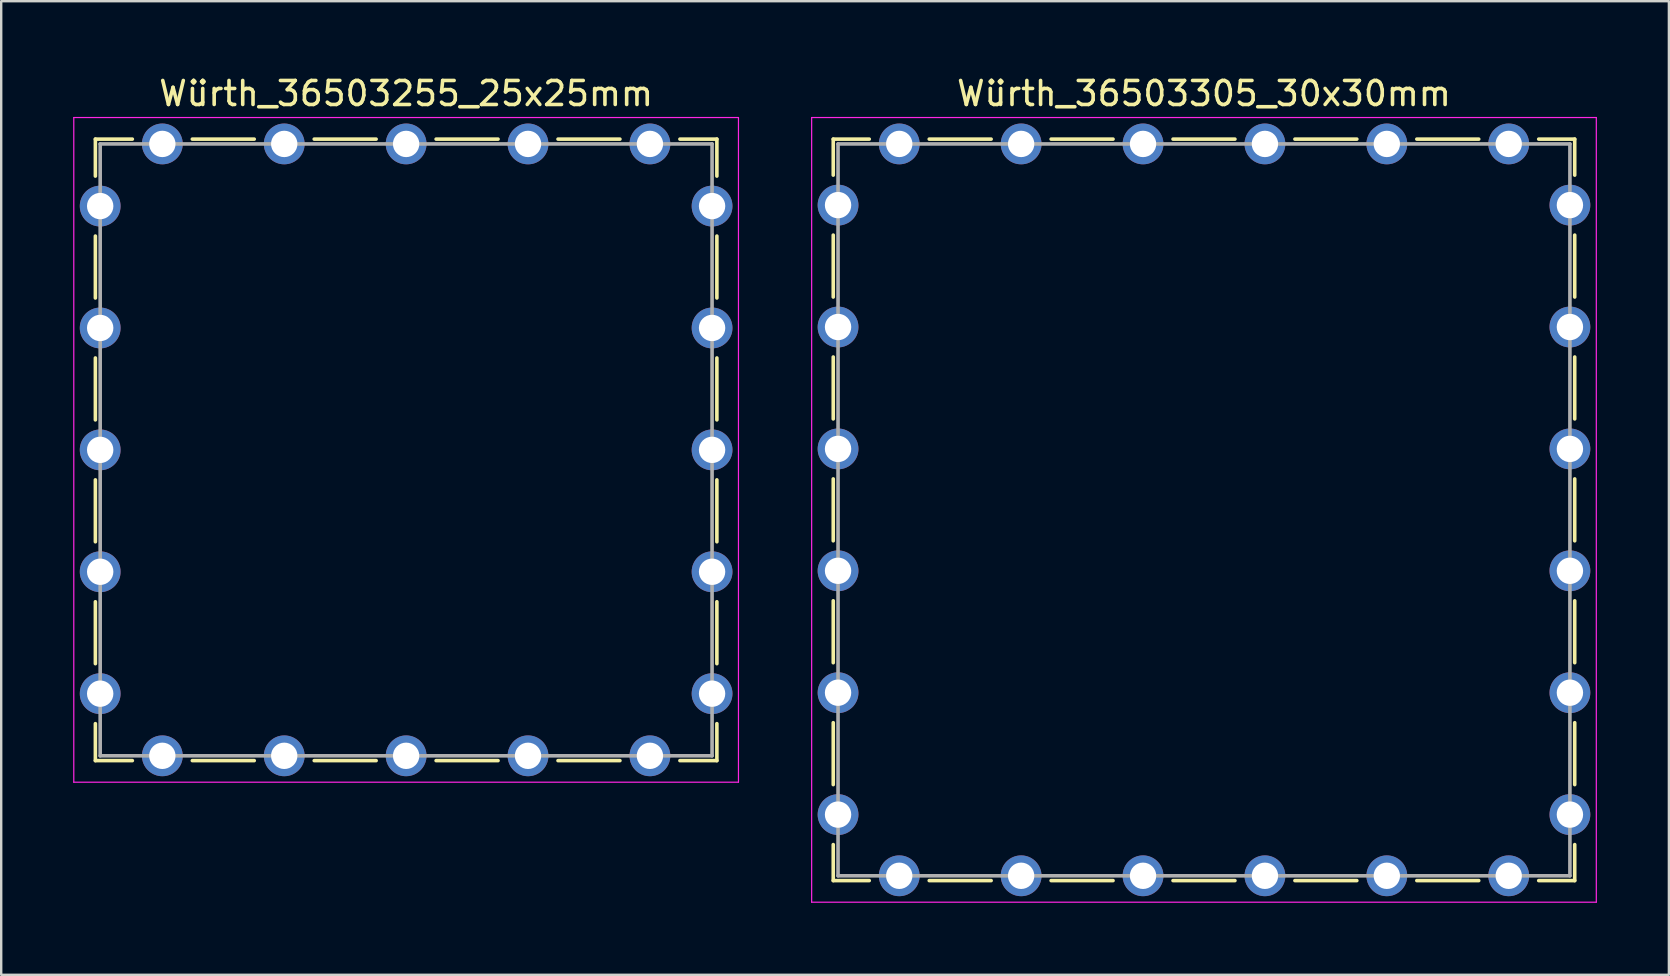
<source format=kicad_pcb>
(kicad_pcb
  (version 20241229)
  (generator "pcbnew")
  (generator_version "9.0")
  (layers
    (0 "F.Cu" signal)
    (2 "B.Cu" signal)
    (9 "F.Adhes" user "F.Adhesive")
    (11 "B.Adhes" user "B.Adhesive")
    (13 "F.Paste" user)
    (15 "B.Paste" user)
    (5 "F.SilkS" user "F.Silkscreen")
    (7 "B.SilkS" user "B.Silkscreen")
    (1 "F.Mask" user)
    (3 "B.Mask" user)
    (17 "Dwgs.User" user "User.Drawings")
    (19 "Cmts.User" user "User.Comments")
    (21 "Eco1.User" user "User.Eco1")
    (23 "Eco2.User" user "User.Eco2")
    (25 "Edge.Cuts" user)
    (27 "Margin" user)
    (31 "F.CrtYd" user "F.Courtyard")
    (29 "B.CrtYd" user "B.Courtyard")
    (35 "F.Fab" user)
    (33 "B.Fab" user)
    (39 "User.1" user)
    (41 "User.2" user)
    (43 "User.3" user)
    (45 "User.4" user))
  (footprint "Würth_36503305_30x30mm"
    (layer "F.Cu")
    (at 47.125 18.198)
    (property "Reference" "Würth_36503305_30x30mm" (at 0 -17.35 0) (layer "F.SilkS") (effects (font (size 1 1) (thickness 0.15))))
    (attr through_hole)
    (fp_line (start -15.45 -13.95) (end -15.45 -15.45) (stroke (width 0.15) (type solid)) (layer "F.SilkS"))
    (fp_line (start -15.45 -8.87) (end -15.45 -11.45) (stroke (width 0.15) (type solid)) (layer "F.SilkS"))
    (fp_line (start -15.45 -3.79) (end -15.45 -6.37) (stroke (width 0.15) (type solid)) (layer "F.SilkS"))
    (fp_line (start -15.45 -1.29) (end -15.45 1.29) (stroke (width 0.15) (type solid)) (layer "F.SilkS"))
    (fp_line (start -15.45 3.79) (end -15.45 6.37) (stroke (width 0.15) (type solid)) (layer "F.SilkS"))
    (fp_line (start -15.45 8.87) (end -15.45 11.45) (stroke (width 0.15) (type solid)) (layer "F.SilkS"))
    (fp_line (start -15.45 13.95) (end -15.45 15.45) (stroke (width 0.15) (type solid)) (layer "F.SilkS"))
    (fp_line (start -13.95 -15.45) (end -15.45 -15.45) (stroke (width 0.15) (type solid)) (layer "F.SilkS"))
    (fp_line (start -13.95 15.45) (end -15.45 15.45) (stroke (width 0.15) (type solid)) (layer "F.SilkS"))
    (fp_line (start -8.87 -15.45) (end -11.45 -15.45) (stroke (width 0.15) (type solid)) (layer "F.SilkS"))
    (fp_line (start -8.87 15.45) (end -11.45 15.45) (stroke (width 0.15) (type solid)) (layer "F.SilkS"))
    (fp_line (start -3.79 -15.45) (end -6.37 -15.45) (stroke (width 0.15) (type solid)) (layer "F.SilkS"))
    (fp_line (start -3.79 15.45) (end -6.37 15.45) (stroke (width 0.15) (type solid)) (layer "F.SilkS"))
    (fp_line (start 1.29 -15.45) (end -1.29 -15.45) (stroke (width 0.15) (type solid)) (layer "F.SilkS"))
    (fp_line (start 1.29 15.45) (end -1.29 15.45) (stroke (width 0.15) (type solid)) (layer "F.SilkS"))
    (fp_line (start 3.79 -15.45) (end 6.37 -15.45) (stroke (width 0.15) (type solid)) (layer "F.SilkS"))
    (fp_line (start 3.79 15.45) (end 6.37 15.45) (stroke (width 0.15) (type solid)) (layer "F.SilkS"))
    (fp_line (start 8.87 -15.45) (end 11.45 -15.45) (stroke (width 0.15) (type solid)) (layer "F.SilkS"))
    (fp_line (start 8.87 15.45) (end 11.45 15.45) (stroke (width 0.15) (type solid)) (layer "F.SilkS"))
    (fp_line (start 13.95 -15.45) (end 15.45 -15.45) (stroke (width 0.15) (type solid)) (layer "F.SilkS"))
    (fp_line (start 13.95 15.45) (end 15.45 15.45) (stroke (width 0.15) (type solid)) (layer "F.SilkS"))
    (fp_line (start 15.45 -13.95) (end 15.45 -15.45) (stroke (width 0.15) (type solid)) (layer "F.SilkS"))
    (fp_line (start 15.45 -8.87) (end 15.45 -11.45) (stroke (width 0.15) (type solid)) (layer "F.SilkS"))
    (fp_line (start 15.45 -3.79) (end 15.45 -6.37) (stroke (width 0.15) (type solid)) (layer "F.SilkS"))
    (fp_line (start 15.45 1.29) (end 15.45 -1.29) (stroke (width 0.15) (type solid)) (layer "F.SilkS"))
    (fp_line (start 15.45 3.79) (end 15.45 6.37) (stroke (width 0.15) (type solid)) (layer "F.SilkS"))
    (fp_line (start 15.45 8.87) (end 15.45 11.45) (stroke (width 0.15) (type solid)) (layer "F.SilkS"))
    (fp_line (start 15.45 13.95) (end 15.45 15.45) (stroke (width 0.15) (type solid)) (layer "F.SilkS"))
    (fp_line (start -16.35 -16.35) (end -16.35 16.35) (stroke (width 0.05) (type solid)) (layer "F.CrtYd"))
    (fp_line (start -16.35 16.35) (end 16.35 16.35) (stroke (width 0.05) (type solid)) (layer "F.CrtYd"))
    (fp_line (start 16.35 -16.35) (end -16.35 -16.35) (stroke (width 0.05) (type solid)) (layer "F.CrtYd"))
    (fp_line (start 16.35 16.35) (end 16.35 -16.35) (stroke (width 0.05) (type solid)) (layer "F.CrtYd"))
    (fp_line (start -15.25 -15.25) (end -15.25 15.25) (stroke (width 0.15) (type solid)) (layer "F.Fab"))
    (fp_line (start -15.25 15.25) (end 15.25 15.25) (stroke (width 0.15) (type solid)) (layer "F.Fab"))
    (fp_line (start 15.25 -15.25) (end -15.25 -15.25) (stroke (width 0.15) (type solid)) (layer "F.Fab"))
    (fp_line (start 15.25 15.25) (end 15.25 -15.25) (stroke (width 0.15) (type solid)) (layer "F.Fab"))
    (pad "1" thru_hole circle (at -15.25 -12.7) (size 1.7 1.7) (drill 1.1) (layers "*.Cu" "*.Mask"))
    (pad "1" thru_hole circle (at -15.25 -7.62) (size 1.7 1.7) (drill 1.1) (layers "*.Cu" "*.Mask"))
    (pad "1" thru_hole circle (at -15.25 -2.54) (size 1.7 1.7) (drill 1.1) (layers "*.Cu" "*.Mask"))
    (pad "1" thru_hole circle (at -15.25 2.54) (size 1.7 1.7) (drill 1.1) (layers "*.Cu" "*.Mask"))
    (pad "1" thru_hole circle (at -15.25 7.62) (size 1.7 1.7) (drill 1.1) (layers "*.Cu" "*.Mask"))
    (pad "1" thru_hole circle (at -15.25 12.7) (size 1.7 1.7) (drill 1.1) (layers "*.Cu" "*.Mask"))
    (pad "1" thru_hole circle (at -12.7 -15.25) (size 1.7 1.7) (drill 1.1) (layers "*.Cu" "*.Mask"))
    (pad "1" thru_hole circle (at -12.7 15.25) (size 1.7 1.7) (drill 1.1) (layers "*.Cu" "*.Mask"))
    (pad "1" thru_hole circle (at -7.62 -15.25) (size 1.7 1.7) (drill 1.1) (layers "*.Cu" "*.Mask"))
    (pad "1" thru_hole circle (at -7.62 15.25) (size 1.7 1.7) (drill 1.1) (layers "*.Cu" "*.Mask"))
    (pad "1" thru_hole circle (at -2.54 -15.25) (size 1.7 1.7) (drill 1.1) (layers "*.Cu" "*.Mask"))
    (pad "1" thru_hole circle (at -2.54 15.25) (size 1.7 1.7) (drill 1.1) (layers "*.Cu" "*.Mask"))
    (pad "1" thru_hole circle (at 2.54 -15.25) (size 1.7 1.7) (drill 1.1) (layers "*.Cu" "*.Mask"))
    (pad "1" thru_hole circle (at 2.54 15.25) (size 1.7 1.7) (drill 1.1) (layers "*.Cu" "*.Mask"))
    (pad "1" thru_hole circle (at 7.62 -15.25) (size 1.7 1.7) (drill 1.1) (layers "*.Cu" "*.Mask"))
    (pad "1" thru_hole circle (at 7.62 15.25) (size 1.7 1.7) (drill 1.1) (layers "*.Cu" "*.Mask"))
    (pad "1" thru_hole circle (at 12.7 -15.25) (size 1.7 1.7) (drill 1.1) (layers "*.Cu" "*.Mask"))
    (pad "1" thru_hole circle (at 12.7 15.25) (size 1.7 1.7) (drill 1.1) (layers "*.Cu" "*.Mask"))
    (pad "1" thru_hole circle (at 15.25 -12.7) (size 1.7 1.7) (drill 1.1) (layers "*.Cu" "*.Mask"))
    (pad "1" thru_hole circle (at 15.25 -7.62) (size 1.7 1.7) (drill 1.1) (layers "*.Cu" "*.Mask"))
    (pad "1" thru_hole circle (at 15.25 -2.54) (size 1.7 1.7) (drill 1.1) (layers "*.Cu" "*.Mask"))
    (pad "1" thru_hole circle (at 15.25 2.54) (size 1.7 1.7) (drill 1.1) (layers "*.Cu" "*.Mask"))
    (pad "1" thru_hole circle (at 15.25 7.62) (size 1.7 1.7) (drill 1.1) (layers "*.Cu" "*.Mask"))
    (pad "1" thru_hole circle (at 15.25 12.7) (size 1.7 1.7) (drill 1.1) (layers "*.Cu" "*.Mask")))
  (footprint "Würth_36503255_25x25mm"
    (layer "F.Cu")
    (at 13.875 15.698)
    (property "Reference" "Würth_36503255_25x25mm" (at 0 -14.85 0) (layer "F.SilkS") (effects (font (size 1 1) (thickness 0.15))))
    (attr through_hole)
    (fp_line (start -12.95 -11.41) (end -12.95 -12.95) (stroke (width 0.15) (type solid)) (layer "F.SilkS"))
    (fp_line (start -12.95 -6.33) (end -12.95 -8.91) (stroke (width 0.15) (type solid)) (layer "F.SilkS"))
    (fp_line (start -12.95 -1.25) (end -12.95 -3.83) (stroke (width 0.15) (type solid)) (layer "F.SilkS"))
    (fp_line (start -12.95 1.25) (end -12.95 3.83) (stroke (width 0.15) (type solid)) (layer "F.SilkS"))
    (fp_line (start -12.95 6.33) (end -12.95 8.91) (stroke (width 0.15) (type solid)) (layer "F.SilkS"))
    (fp_line (start -12.95 11.41) (end -12.95 12.95) (stroke (width 0.15) (type solid)) (layer "F.SilkS"))
    (fp_line (start -11.41 -12.95) (end -12.95 -12.95) (stroke (width 0.15) (type solid)) (layer "F.SilkS"))
    (fp_line (start -11.41 12.95) (end -12.95 12.95) (stroke (width 0.15) (type solid)) (layer "F.SilkS"))
    (fp_line (start -6.33 -12.95) (end -8.91 -12.95) (stroke (width 0.15) (type solid)) (layer "F.SilkS"))
    (fp_line (start -6.33 12.95) (end -8.91 12.95) (stroke (width 0.15) (type solid)) (layer "F.SilkS"))
    (fp_line (start -1.25 -12.95) (end -3.83 -12.95) (stroke (width 0.15) (type solid)) (layer "F.SilkS"))
    (fp_line (start -1.25 12.95) (end -3.83 12.95) (stroke (width 0.15) (type solid)) (layer "F.SilkS"))
    (fp_line (start 1.25 -12.95) (end 3.83 -12.95) (stroke (width 0.15) (type solid)) (layer "F.SilkS"))
    (fp_line (start 1.25 12.95) (end 3.83 12.95) (stroke (width 0.15) (type solid)) (layer "F.SilkS"))
    (fp_line (start 6.33 -12.95) (end 8.91 -12.95) (stroke (width 0.15) (type solid)) (layer "F.SilkS"))
    (fp_line (start 6.33 12.95) (end 8.91 12.95) (stroke (width 0.15) (type solid)) (layer "F.SilkS"))
    (fp_line (start 11.41 -12.95) (end 12.95 -12.95) (stroke (width 0.15) (type solid)) (layer "F.SilkS"))
    (fp_line (start 11.41 12.95) (end 12.95 12.95) (stroke (width 0.15) (type solid)) (layer "F.SilkS"))
    (fp_line (start 12.95 -11.41) (end 12.95 -12.95) (stroke (width 0.15) (type solid)) (layer "F.SilkS"))
    (fp_line (start 12.95 -6.33) (end 12.95 -8.91) (stroke (width 0.15) (type solid)) (layer "F.SilkS"))
    (fp_line (start 12.95 -1.25) (end 12.95 -3.83) (stroke (width 0.15) (type solid)) (layer "F.SilkS"))
    (fp_line (start 12.95 1.25) (end 12.95 3.83) (stroke (width 0.15) (type solid)) (layer "F.SilkS"))
    (fp_line (start 12.95 6.33) (end 12.95 8.91) (stroke (width 0.15) (type solid)) (layer "F.SilkS"))
    (fp_line (start 12.95 11.41) (end 12.95 12.95) (stroke (width 0.15) (type solid)) (layer "F.SilkS"))
    (fp_line (start -13.85 -13.85) (end -13.85 13.85) (stroke (width 0.05) (type solid)) (layer "F.CrtYd"))
    (fp_line (start -13.85 13.85) (end 13.85 13.85) (stroke (width 0.05) (type solid)) (layer "F.CrtYd"))
    (fp_line (start 13.85 -13.85) (end -13.85 -13.85) (stroke (width 0.05) (type solid)) (layer "F.CrtYd"))
    (fp_line (start 13.85 13.85) (end 13.85 -13.85) (stroke (width 0.05) (type solid)) (layer "F.CrtYd"))
    (fp_line (start -12.75 -12.75) (end -12.75 12.75) (stroke (width 0.15) (type solid)) (layer "F.Fab"))
    (fp_line (start -12.75 12.75) (end 12.75 12.75) (stroke (width 0.15) (type solid)) (layer "F.Fab"))
    (fp_line (start 12.75 -12.75) (end -12.75 -12.75) (stroke (width 0.15) (type solid)) (layer "F.Fab"))
    (fp_line (start 12.75 12.75) (end 12.75 -12.75) (stroke (width 0.15) (type solid)) (layer "F.Fab"))
    (pad "1" thru_hole circle (at -12.75 -10.16) (size 1.7 1.7) (drill 1.1) (layers "*.Cu" "*.Mask"))
    (pad "1" thru_hole circle (at -12.75 -5.08) (size 1.7 1.7) (drill 1.1) (layers "*.Cu" "*.Mask"))
    (pad "1" thru_hole circle (at -12.75 0) (size 1.7 1.7) (drill 1.1) (layers "*.Cu" "*.Mask"))
    (pad "1" thru_hole circle (at -12.75 5.08) (size 1.7 1.7) (drill 1.1) (layers "*.Cu" "*.Mask"))
    (pad "1" thru_hole circle (at -12.75 10.16) (size 1.7 1.7) (drill 1.1) (layers "*.Cu" "*.Mask"))
    (pad "1" thru_hole circle (at -10.16 -12.75) (size 1.7 1.7) (drill 1.1) (layers "*.Cu" "*.Mask"))
    (pad "1" thru_hole circle (at -10.16 12.75) (size 1.7 1.7) (drill 1.1) (layers "*.Cu" "*.Mask"))
    (pad "1" thru_hole circle (at -5.08 -12.75) (size 1.7 1.7) (drill 1.1) (layers "*.Cu" "*.Mask"))
    (pad "1" thru_hole circle (at -5.08 12.75) (size 1.7 1.7) (drill 1.1) (layers "*.Cu" "*.Mask"))
    (pad "1" thru_hole circle (at 0 -12.75) (size 1.7 1.7) (drill 1.1) (layers "*.Cu" "*.Mask"))
    (pad "1" thru_hole circle (at 0 12.75) (size 1.7 1.7) (drill 1.1) (layers "*.Cu" "*.Mask"))
    (pad "1" thru_hole circle (at 5.08 -12.75) (size 1.7 1.7) (drill 1.1) (layers "*.Cu" "*.Mask"))
    (pad "1" thru_hole circle (at 5.08 12.75) (size 1.7 1.7) (drill 1.1) (layers "*.Cu" "*.Mask"))
    (pad "1" thru_hole circle (at 10.16 -12.75) (size 1.7 1.7) (drill 1.1) (layers "*.Cu" "*.Mask"))
    (pad "1" thru_hole circle (at 10.16 12.75) (size 1.7 1.7) (drill 1.1) (layers "*.Cu" "*.Mask"))
    (pad "1" thru_hole circle (at 12.75 -10.16) (size 1.7 1.7) (drill 1.1) (layers "*.Cu" "*.Mask"))
    (pad "1" thru_hole circle (at 12.75 -5.08) (size 1.7 1.7) (drill 1.1) (layers "*.Cu" "*.Mask"))
    (pad "1" thru_hole circle (at 12.75 0) (size 1.7 1.7) (drill 1.1) (layers "*.Cu" "*.Mask"))
    (pad "1" thru_hole circle (at 12.75 5.08) (size 1.7 1.7) (drill 1.1) (layers "*.Cu" "*.Mask"))
    (pad "1" thru_hole circle (at 12.75 10.16) (size 1.7 1.7) (drill 1.1) (layers "*.Cu" "*.Mask")))
  (gr_rect
    (start -3 -3)
    (end 66.5 37.573)
    (stroke (width 0.1) (type default))
    (fill no)
    (layer "Edge.Cuts")))
</source>
